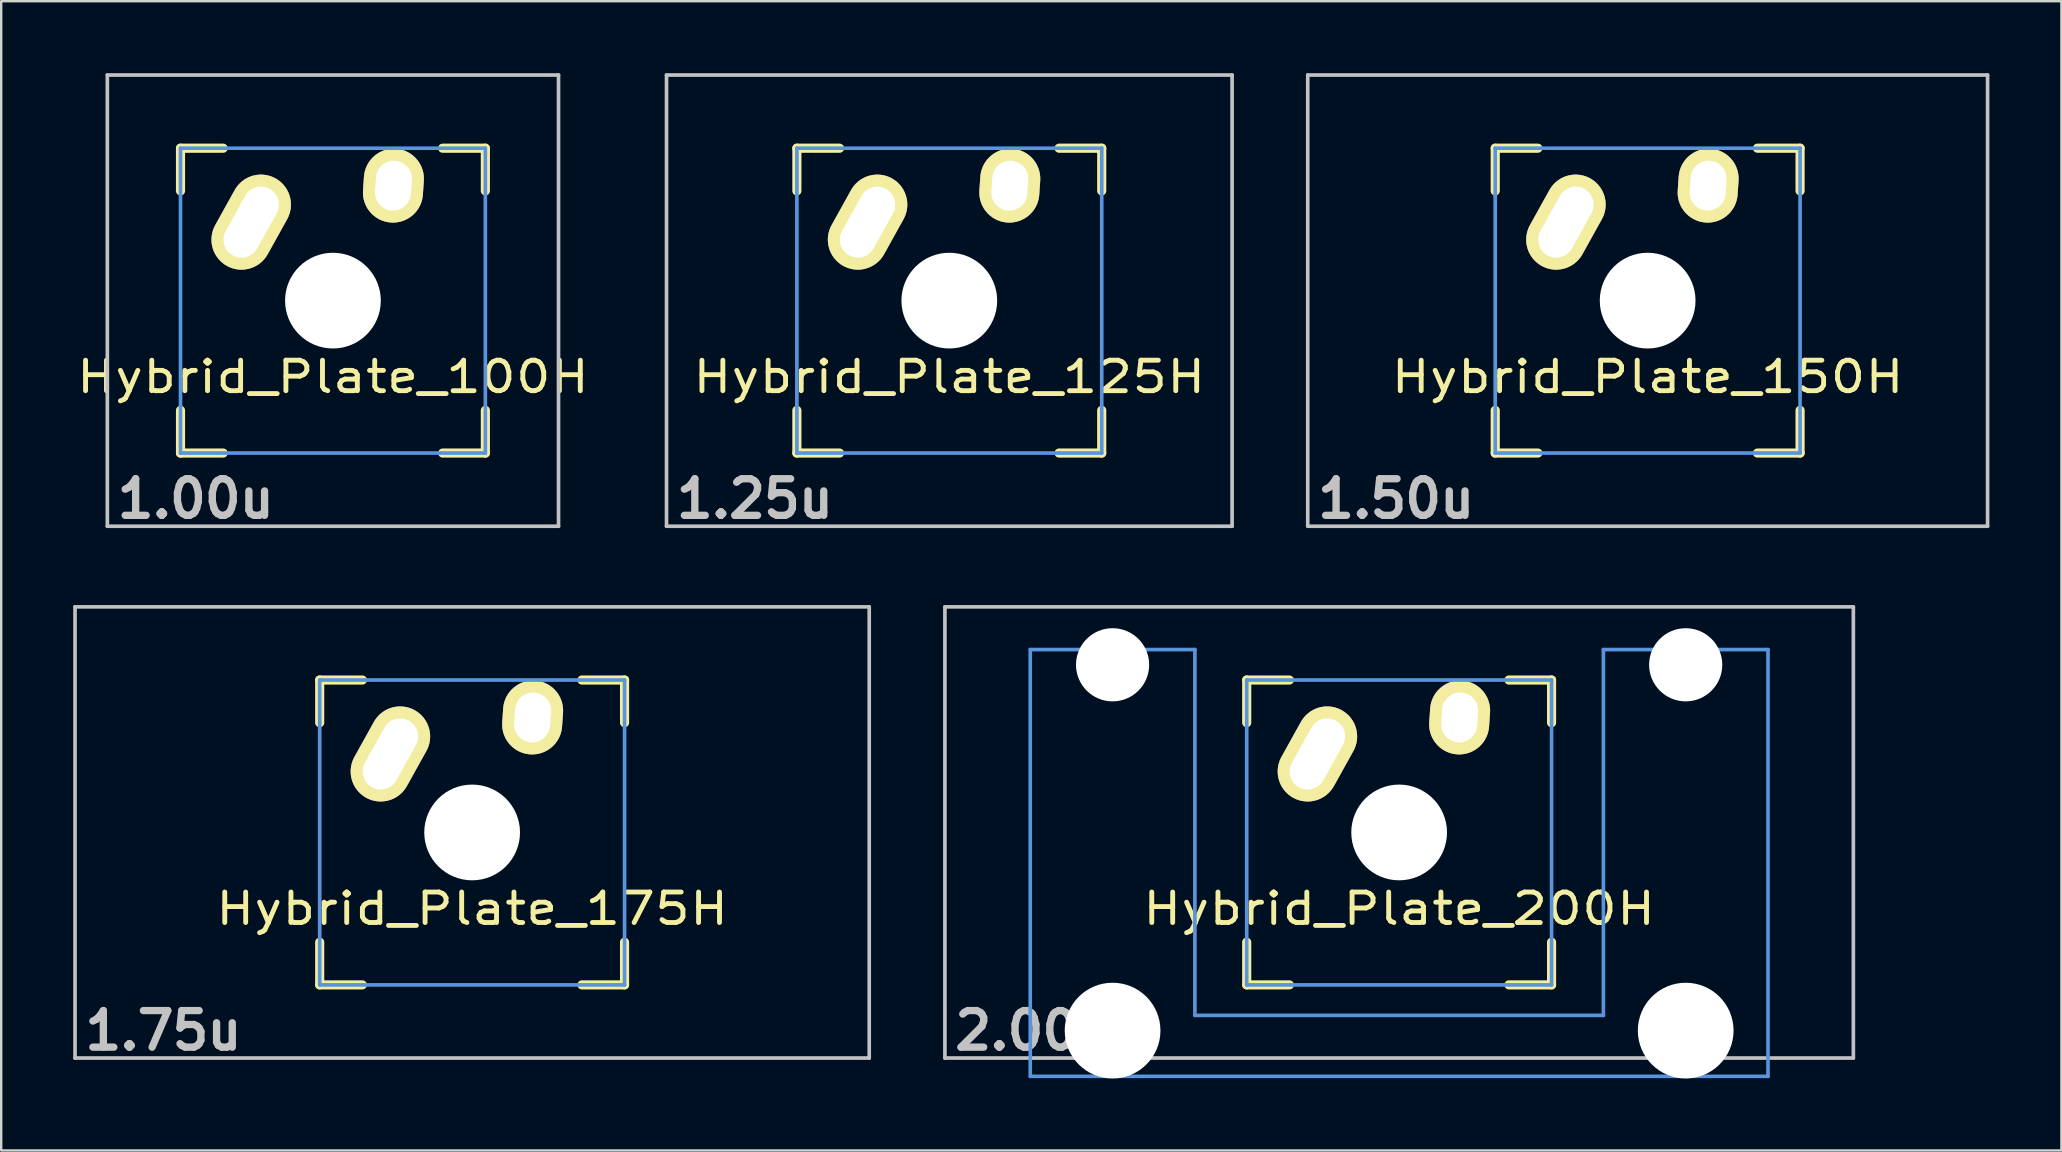
<source format=kicad_pcb>
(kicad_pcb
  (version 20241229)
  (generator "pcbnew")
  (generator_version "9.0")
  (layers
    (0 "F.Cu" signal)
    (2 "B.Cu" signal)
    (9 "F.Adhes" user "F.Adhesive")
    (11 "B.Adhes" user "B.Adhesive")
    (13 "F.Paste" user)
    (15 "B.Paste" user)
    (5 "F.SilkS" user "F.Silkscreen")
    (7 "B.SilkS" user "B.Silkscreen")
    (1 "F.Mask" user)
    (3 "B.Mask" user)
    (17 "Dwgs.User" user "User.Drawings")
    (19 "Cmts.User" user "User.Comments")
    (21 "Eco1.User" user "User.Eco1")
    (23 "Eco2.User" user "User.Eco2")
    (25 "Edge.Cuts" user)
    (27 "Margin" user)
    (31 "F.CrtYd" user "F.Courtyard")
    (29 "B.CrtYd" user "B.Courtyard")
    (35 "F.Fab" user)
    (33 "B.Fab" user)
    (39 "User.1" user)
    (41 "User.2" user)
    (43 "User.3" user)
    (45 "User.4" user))
  (footprint "Hybrid_Plate_200H"
    (layer "F.Cu")
    (at 55.238 31.63)
    (property "Reference" "Hybrid_Plate_200H" (at 0 3.175 0) (layer "F.SilkS") (effects (font (size 1.27 1.524) (thickness 0.203))))
    (attr through_hole)
    (fp_line (start -6.35 -6.35) (end -4.572 -6.35) (stroke (width 0.381) (type solid)) (layer "F.SilkS"))
    (fp_line (start -6.35 -4.572) (end -6.35 -6.35) (stroke (width 0.381) (type solid)) (layer "F.SilkS"))
    (fp_line (start -6.35 6.35) (end -6.35 4.572) (stroke (width 0.381) (type solid)) (layer "F.SilkS"))
    (fp_line (start -4.572 6.35) (end -6.35 6.35) (stroke (width 0.381) (type solid)) (layer "F.SilkS"))
    (fp_line (start 4.572 -6.35) (end 6.35 -6.35) (stroke (width 0.381) (type solid)) (layer "F.SilkS"))
    (fp_line (start 6.35 -6.35) (end 6.35 -4.572) (stroke (width 0.381) (type solid)) (layer "F.SilkS"))
    (fp_line (start 6.35 4.572) (end 6.35 6.35) (stroke (width 0.381) (type solid)) (layer "F.SilkS"))
    (fp_line (start 6.35 6.35) (end 4.572 6.35) (stroke (width 0.381) (type solid)) (layer "F.SilkS"))
    (fp_line (start -18.923 -9.398) (end 18.923 -9.398) (stroke (width 0.152) (type solid)) (layer "Dwgs.User"))
    (fp_line (start -18.923 9.398) (end -18.923 -9.398) (stroke (width 0.152) (type solid)) (layer "Dwgs.User"))
    (fp_line (start 18.923 -9.398) (end 18.923 9.398) (stroke (width 0.152) (type solid)) (layer "Dwgs.User"))
    (fp_line (start 18.923 9.398) (end -18.923 9.398) (stroke (width 0.152) (type solid)) (layer "Dwgs.User"))
    (fp_line (start -15.367 -7.62) (end -15.367 10.16) (stroke (width 0.152) (type solid)) (layer "Cmts.User"))
    (fp_line (start -15.367 10.16) (end 15.367 10.16) (stroke (width 0.152) (type solid)) (layer "Cmts.User"))
    (fp_line (start -8.509 -7.62) (end -15.367 -7.62) (stroke (width 0.152) (type solid)) (layer "Cmts.User"))
    (fp_line (start -8.509 7.62) (end -8.509 -7.62) (stroke (width 0.152) (type solid)) (layer "Cmts.User"))
    (fp_line (start -6.35 -6.35) (end 6.35 -6.35) (stroke (width 0.152) (type solid)) (layer "Cmts.User"))
    (fp_line (start -6.35 6.35) (end -6.35 -6.35) (stroke (width 0.152) (type solid)) (layer "Cmts.User"))
    (fp_line (start 6.35 -6.35) (end 6.35 6.35) (stroke (width 0.152) (type solid)) (layer "Cmts.User"))
    (fp_line (start 6.35 6.35) (end -6.35 6.35) (stroke (width 0.152) (type solid)) (layer "Cmts.User"))
    (fp_line (start 8.509 -7.62) (end 8.509 7.62) (stroke (width 0.152) (type solid)) (layer "Cmts.User"))
    (fp_line (start 8.509 7.62) (end -8.509 7.62) (stroke (width 0.152) (type solid)) (layer "Cmts.User"))
    (fp_line (start 15.367 -7.62) (end 8.509 -7.62) (stroke (width 0.152) (type solid)) (layer "Cmts.User"))
    (fp_line (start 15.367 10.16) (end 15.367 -7.62) (stroke (width 0.152) (type solid)) (layer "Cmts.User"))
    (fp_line (start -16.129 -2.286) (end -15.265 -2.286) (stroke (width 0.152) (type solid)) (layer "Eco2.User"))
    (fp_line (start -16.129 0.508) (end -16.129 -2.286) (stroke (width 0.152) (type solid)) (layer "Eco2.User"))
    (fp_line (start -15.265 -5.69) (end -8.611 -5.69) (stroke (width 0.152) (type solid)) (layer "Eco2.User"))
    (fp_line (start -15.265 -2.286) (end -15.265 -5.69) (stroke (width 0.152) (type solid)) (layer "Eco2.User"))
    (fp_line (start -15.265 0.508) (end -16.129 0.508) (stroke (width 0.152) (type solid)) (layer "Eco2.User"))
    (fp_line (start -15.265 6.604) (end -15.265 0.508) (stroke (width 0.152) (type solid)) (layer "Eco2.User"))
    (fp_line (start -14.224 6.604) (end -15.265 6.604) (stroke (width 0.152) (type solid)) (layer "Eco2.User"))
    (fp_line (start -14.224 7.772) (end -14.224 6.604) (stroke (width 0.152) (type solid)) (layer "Eco2.User"))
    (fp_line (start -9.652 6.604) (end -9.652 7.772) (stroke (width 0.152) (type solid)) (layer "Eco2.User"))
    (fp_line (start -9.652 7.772) (end -14.224 7.772) (stroke (width 0.152) (type solid)) (layer "Eco2.User"))
    (fp_line (start -8.611 -5.69) (end -8.611 -4.877) (stroke (width 0.152) (type solid)) (layer "Eco2.User"))
    (fp_line (start -8.611 -4.877) (end -6.985 -4.877) (stroke (width 0.152) (type solid)) (layer "Eco2.User"))
    (fp_line (start -8.611 5.817) (end -8.611 6.604) (stroke (width 0.152) (type solid)) (layer "Eco2.User"))
    (fp_line (start -8.611 6.604) (end -9.652 6.604) (stroke (width 0.152) (type solid)) (layer "Eco2.User"))
    (fp_line (start -6.985 -6.985) (end 6.985 -6.985) (stroke (width 0.152) (type solid)) (layer "Eco2.User"))
    (fp_line (start -6.985 -4.877) (end -6.985 -6.985) (stroke (width 0.152) (type solid)) (layer "Eco2.User"))
    (fp_line (start -6.985 5.817) (end -8.611 5.817) (stroke (width 0.152) (type solid)) (layer "Eco2.User"))
    (fp_line (start -6.985 6.985) (end -6.985 5.817) (stroke (width 0.152) (type solid)) (layer "Eco2.User"))
    (fp_line (start 6.985 -6.985) (end 6.985 -4.877) (stroke (width 0.152) (type solid)) (layer "Eco2.User"))
    (fp_line (start 6.985 -4.877) (end 8.611 -4.877) (stroke (width 0.152) (type solid)) (layer "Eco2.User"))
    (fp_line (start 6.985 5.817) (end 6.985 6.985) (stroke (width 0.152) (type solid)) (layer "Eco2.User"))
    (fp_line (start 6.985 6.985) (end -6.985 6.985) (stroke (width 0.152) (type solid)) (layer "Eco2.User"))
    (fp_line (start 8.611 -5.69) (end 15.265 -5.69) (stroke (width 0.152) (type solid)) (layer "Eco2.User"))
    (fp_line (start 8.611 -4.877) (end 8.611 -5.69) (stroke (width 0.152) (type solid)) (layer "Eco2.User"))
    (fp_line (start 8.611 5.817) (end 6.985 5.817) (stroke (width 0.152) (type solid)) (layer "Eco2.User"))
    (fp_line (start 8.611 6.604) (end 8.611 5.817) (stroke (width 0.152) (type solid)) (layer "Eco2.User"))
    (fp_line (start 9.652 6.604) (end 8.611 6.604) (stroke (width 0.152) (type solid)) (layer "Eco2.User"))
    (fp_line (start 9.652 7.772) (end 9.652 6.604) (stroke (width 0.152) (type solid)) (layer "Eco2.User"))
    (fp_line (start 14.224 6.604) (end 14.224 7.772) (stroke (width 0.152) (type solid)) (layer "Eco2.User"))
    (fp_line (start 14.224 7.772) (end 9.652 7.772) (stroke (width 0.152) (type solid)) (layer "Eco2.User"))
    (fp_line (start 15.265 -5.69) (end 15.265 -2.286) (stroke (width 0.152) (type solid)) (layer "Eco2.User"))
    (fp_line (start 15.265 -2.286) (end 16.129 -2.286) (stroke (width 0.152) (type solid)) (layer "Eco2.User"))
    (fp_line (start 15.265 0.508) (end 15.265 6.604) (stroke (width 0.152) (type solid)) (layer "Eco2.User"))
    (fp_line (start 15.265 6.604) (end 14.224 6.604) (stroke (width 0.152) (type solid)) (layer "Eco2.User"))
    (fp_line (start 16.129 -2.286) (end 16.129 0.508) (stroke (width 0.152) (type solid)) (layer "Eco2.User"))
    (fp_line (start 16.129 0.508) (end 15.265 0.508) (stroke (width 0.152) (type solid)) (layer "Eco2.User"))
    (fp_text user "2.00u" (at -15.24 8.255 0) (layer "Dwgs.User") (effects (font (size 1.524 1.524) (thickness 0.305))))
    (pad "" np_thru_hole circle (at -11.938 -6.985) (size 3.048 3.048) (drill 3.048) (layers "*.Cu"))
    (pad "" np_thru_hole circle (at -11.938 8.255) (size 3.988 3.988) (drill 3.988) (layers "*.Cu"))
    (pad "" np_thru_hole circle (at 0 0) (size 3.988 3.988) (drill 3.988) (layers "*.Cu"))
    (pad "" np_thru_hole circle (at 11.938 -6.985) (size 3.048 3.048) (drill 3.048) (layers "*.Cu"))
    (pad "" np_thru_hole circle (at 11.938 8.255) (size 3.988 3.988) (drill 3.988) (layers "*.Cu"))
    (pad "1" thru_hole oval (at -3.405 -3.27 330.95) (size 2.5 4.17) (drill oval 1.5 3.17) (layers "*.Cu" "*.Mask" "F.SilkS"))
    (pad "2" thru_hole oval (at 2.52 -4.79 356.1) (size 2.5 3.08) (drill oval 1.5 2.08) (layers "*.Cu" "*.Mask" "F.SilkS")))
  (footprint "Hybrid_Plate_100H"
    (layer "F.Cu")
    (at 10.82 9.474)
    (property "Reference" "Hybrid_Plate_100H" (at 0 3.175 0) (layer "F.SilkS") (effects (font (size 1.27 1.524) (thickness 0.203))))
    (attr through_hole)
    (fp_line (start -6.35 -6.35) (end -4.572 -6.35) (stroke (width 0.381) (type solid)) (layer "F.SilkS"))
    (fp_line (start -6.35 -4.572) (end -6.35 -6.35) (stroke (width 0.381) (type solid)) (layer "F.SilkS"))
    (fp_line (start -6.35 6.35) (end -6.35 4.572) (stroke (width 0.381) (type solid)) (layer "F.SilkS"))
    (fp_line (start -4.572 6.35) (end -6.35 6.35) (stroke (width 0.381) (type solid)) (layer "F.SilkS"))
    (fp_line (start 4.572 -6.35) (end 6.35 -6.35) (stroke (width 0.381) (type solid)) (layer "F.SilkS"))
    (fp_line (start 6.35 -6.35) (end 6.35 -4.572) (stroke (width 0.381) (type solid)) (layer "F.SilkS"))
    (fp_line (start 6.35 4.572) (end 6.35 6.35) (stroke (width 0.381) (type solid)) (layer "F.SilkS"))
    (fp_line (start 6.35 6.35) (end 4.572 6.35) (stroke (width 0.381) (type solid)) (layer "F.SilkS"))
    (fp_line (start -9.398 -9.398) (end 9.398 -9.398) (stroke (width 0.152) (type solid)) (layer "Dwgs.User"))
    (fp_line (start -9.398 9.398) (end -9.398 -9.398) (stroke (width 0.152) (type solid)) (layer "Dwgs.User"))
    (fp_line (start 9.398 -9.398) (end 9.398 9.398) (stroke (width 0.152) (type solid)) (layer "Dwgs.User"))
    (fp_line (start 9.398 9.398) (end -9.398 9.398) (stroke (width 0.152) (type solid)) (layer "Dwgs.User"))
    (fp_line (start -6.35 -6.35) (end 6.35 -6.35) (stroke (width 0.152) (type solid)) (layer "Cmts.User"))
    (fp_line (start -6.35 6.35) (end -6.35 -6.35) (stroke (width 0.152) (type solid)) (layer "Cmts.User"))
    (fp_line (start 6.35 -6.35) (end 6.35 6.35) (stroke (width 0.152) (type solid)) (layer "Cmts.User"))
    (fp_line (start 6.35 6.35) (end -6.35 6.35) (stroke (width 0.152) (type solid)) (layer "Cmts.User"))
    (fp_line (start -6.985 -6.985) (end 6.985 -6.985) (stroke (width 0.152) (type solid)) (layer "Eco2.User"))
    (fp_line (start -6.985 6.985) (end -6.985 -6.985) (stroke (width 0.152) (type solid)) (layer "Eco2.User"))
    (fp_line (start 6.985 -6.985) (end 6.985 6.985) (stroke (width 0.152) (type solid)) (layer "Eco2.User"))
    (fp_line (start 6.985 6.985) (end -6.985 6.985) (stroke (width 0.152) (type solid)) (layer "Eco2.User"))
    (fp_text user "1.00u" (at -5.715 8.255 0) (layer "Dwgs.User") (effects (font (size 1.524 1.524) (thickness 0.305))))
    (pad "" np_thru_hole circle (at 0 0) (size 3.988 3.988) (drill 3.988) (layers "*.Cu"))
    (pad "1" thru_hole oval (at -3.405 -3.27 330.95) (size 2.5 4.17) (drill oval 1.5 3.17) (layers "*.Cu" "*.Mask" "F.SilkS"))
    (pad "2" thru_hole oval (at 2.52 -4.79 356.1) (size 2.5 3.08) (drill oval 1.5 2.08) (layers "*.Cu" "*.Mask" "F.SilkS")))
  (footprint "Hybrid_Plate_150H"
    (layer "F.Cu")
    (at 65.591 9.474)
    (property "Reference" "Hybrid_Plate_150H" (at 0 3.175 0) (layer "F.SilkS") (effects (font (size 1.27 1.524) (thickness 0.203))))
    (attr through_hole)
    (fp_line (start -6.35 -6.35) (end -4.572 -6.35) (stroke (width 0.381) (type solid)) (layer "F.SilkS"))
    (fp_line (start -6.35 -4.572) (end -6.35 -6.35) (stroke (width 0.381) (type solid)) (layer "F.SilkS"))
    (fp_line (start -6.35 6.35) (end -6.35 4.572) (stroke (width 0.381) (type solid)) (layer "F.SilkS"))
    (fp_line (start -4.572 6.35) (end -6.35 6.35) (stroke (width 0.381) (type solid)) (layer "F.SilkS"))
    (fp_line (start 4.572 -6.35) (end 6.35 -6.35) (stroke (width 0.381) (type solid)) (layer "F.SilkS"))
    (fp_line (start 6.35 -6.35) (end 6.35 -4.572) (stroke (width 0.381) (type solid)) (layer "F.SilkS"))
    (fp_line (start 6.35 4.572) (end 6.35 6.35) (stroke (width 0.381) (type solid)) (layer "F.SilkS"))
    (fp_line (start 6.35 6.35) (end 4.572 6.35) (stroke (width 0.381) (type solid)) (layer "F.SilkS"))
    (fp_line (start -14.161 -9.398) (end 14.161 -9.398) (stroke (width 0.152) (type solid)) (layer "Dwgs.User"))
    (fp_line (start -14.161 9.398) (end -14.161 -9.398) (stroke (width 0.152) (type solid)) (layer "Dwgs.User"))
    (fp_line (start 14.161 -9.398) (end 14.161 9.398) (stroke (width 0.152) (type solid)) (layer "Dwgs.User"))
    (fp_line (start 14.161 9.398) (end -14.161 9.398) (stroke (width 0.152) (type solid)) (layer "Dwgs.User"))
    (fp_line (start -6.35 -6.35) (end 6.35 -6.35) (stroke (width 0.152) (type solid)) (layer "Cmts.User"))
    (fp_line (start -6.35 6.35) (end -6.35 -6.35) (stroke (width 0.152) (type solid)) (layer "Cmts.User"))
    (fp_line (start 6.35 -6.35) (end 6.35 6.35) (stroke (width 0.152) (type solid)) (layer "Cmts.User"))
    (fp_line (start 6.35 6.35) (end -6.35 6.35) (stroke (width 0.152) (type solid)) (layer "Cmts.User"))
    (fp_line (start -6.985 -6.985) (end 6.985 -6.985) (stroke (width 0.152) (type solid)) (layer "Eco2.User"))
    (fp_line (start -6.985 6.985) (end -6.985 -6.985) (stroke (width 0.152) (type solid)) (layer "Eco2.User"))
    (fp_line (start 6.985 -6.985) (end 6.985 6.985) (stroke (width 0.152) (type solid)) (layer "Eco2.User"))
    (fp_line (start 6.985 6.985) (end -6.985 6.985) (stroke (width 0.152) (type solid)) (layer "Eco2.User"))
    (fp_text user "1.50u" (at -10.477 8.255 0) (layer "Dwgs.User") (effects (font (size 1.524 1.524) (thickness 0.305))))
    (pad "" np_thru_hole circle (at 0 0) (size 3.988 3.988) (drill 3.988) (layers "*.Cu"))
    (pad "1" thru_hole oval (at -3.405 -3.27 330.95) (size 2.5 4.17) (drill oval 1.5 3.17) (layers "*.Cu" "*.Mask" "F.SilkS"))
    (pad "2" thru_hole oval (at 2.52 -4.79 356.1) (size 2.5 3.08) (drill oval 1.5 2.08) (layers "*.Cu" "*.Mask" "F.SilkS")))
  (footprint "Hybrid_Plate_175H"
    (layer "F.Cu")
    (at 16.619 31.63)
    (property "Reference" "Hybrid_Plate_175H" (at 0 3.175 0) (layer "F.SilkS") (effects (font (size 1.27 1.524) (thickness 0.203))))
    (attr through_hole)
    (fp_line (start -6.35 -6.35) (end -4.572 -6.35) (stroke (width 0.381) (type solid)) (layer "F.SilkS"))
    (fp_line (start -6.35 -4.572) (end -6.35 -6.35) (stroke (width 0.381) (type solid)) (layer "F.SilkS"))
    (fp_line (start -6.35 6.35) (end -6.35 4.572) (stroke (width 0.381) (type solid)) (layer "F.SilkS"))
    (fp_line (start -4.572 6.35) (end -6.35 6.35) (stroke (width 0.381) (type solid)) (layer "F.SilkS"))
    (fp_line (start 4.572 -6.35) (end 6.35 -6.35) (stroke (width 0.381) (type solid)) (layer "F.SilkS"))
    (fp_line (start 6.35 -6.35) (end 6.35 -4.572) (stroke (width 0.381) (type solid)) (layer "F.SilkS"))
    (fp_line (start 6.35 4.572) (end 6.35 6.35) (stroke (width 0.381) (type solid)) (layer "F.SilkS"))
    (fp_line (start 6.35 6.35) (end 4.572 6.35) (stroke (width 0.381) (type solid)) (layer "F.SilkS"))
    (fp_line (start -16.543 -9.398) (end 16.543 -9.398) (stroke (width 0.152) (type solid)) (layer "Dwgs.User"))
    (fp_line (start -16.543 9.398) (end -16.543 -9.398) (stroke (width 0.152) (type solid)) (layer "Dwgs.User"))
    (fp_line (start 16.543 -9.398) (end 16.543 9.398) (stroke (width 0.152) (type solid)) (layer "Dwgs.User"))
    (fp_line (start 16.543 9.398) (end -16.543 9.398) (stroke (width 0.152) (type solid)) (layer "Dwgs.User"))
    (fp_line (start -6.35 -6.35) (end 6.35 -6.35) (stroke (width 0.152) (type solid)) (layer "Cmts.User"))
    (fp_line (start -6.35 6.35) (end -6.35 -6.35) (stroke (width 0.152) (type solid)) (layer "Cmts.User"))
    (fp_line (start 6.35 -6.35) (end 6.35 6.35) (stroke (width 0.152) (type solid)) (layer "Cmts.User"))
    (fp_line (start 6.35 6.35) (end -6.35 6.35) (stroke (width 0.152) (type solid)) (layer "Cmts.User"))
    (fp_line (start -6.985 -6.985) (end 6.985 -6.985) (stroke (width 0.152) (type solid)) (layer "Eco2.User"))
    (fp_line (start -6.985 6.985) (end -6.985 -6.985) (stroke (width 0.152) (type solid)) (layer "Eco2.User"))
    (fp_line (start 6.985 -6.985) (end 6.985 6.985) (stroke (width 0.152) (type solid)) (layer "Eco2.User"))
    (fp_line (start 6.985 6.985) (end -6.985 6.985) (stroke (width 0.152) (type solid)) (layer "Eco2.User"))
    (fp_text user "1.75u" (at -12.86 8.255 0) (layer "Dwgs.User") (effects (font (size 1.524 1.524) (thickness 0.305))))
    (pad "" np_thru_hole circle (at 0 0) (size 3.988 3.988) (drill 3.988) (layers "*.Cu"))
    (pad "1" thru_hole oval (at -3.405 -3.27 330.95) (size 2.5 4.17) (drill oval 1.5 3.17) (layers "*.Cu" "*.Mask" "F.SilkS"))
    (pad "2" thru_hole oval (at 2.52 -4.79 356.1) (size 2.5 3.08) (drill oval 1.5 2.08) (layers "*.Cu" "*.Mask" "F.SilkS")))
  (footprint "Hybrid_Plate_125H"
    (layer "F.Cu")
    (at 36.498 9.474)
    (property "Reference" "Hybrid_Plate_125H" (at 0 3.175 0) (layer "F.SilkS") (effects (font (size 1.27 1.524) (thickness 0.203))))
    (attr through_hole)
    (fp_line (start -6.35 -6.35) (end -4.572 -6.35) (stroke (width 0.381) (type solid)) (layer "F.SilkS"))
    (fp_line (start -6.35 -4.572) (end -6.35 -6.35) (stroke (width 0.381) (type solid)) (layer "F.SilkS"))
    (fp_line (start -6.35 6.35) (end -6.35 4.572) (stroke (width 0.381) (type solid)) (layer "F.SilkS"))
    (fp_line (start -4.572 6.35) (end -6.35 6.35) (stroke (width 0.381) (type solid)) (layer "F.SilkS"))
    (fp_line (start 4.572 -6.35) (end 6.35 -6.35) (stroke (width 0.381) (type solid)) (layer "F.SilkS"))
    (fp_line (start 6.35 -6.35) (end 6.35 -4.572) (stroke (width 0.381) (type solid)) (layer "F.SilkS"))
    (fp_line (start 6.35 4.572) (end 6.35 6.35) (stroke (width 0.381) (type solid)) (layer "F.SilkS"))
    (fp_line (start 6.35 6.35) (end 4.572 6.35) (stroke (width 0.381) (type solid)) (layer "F.SilkS"))
    (fp_line (start -11.781 -9.398) (end 11.781 -9.398) (stroke (width 0.152) (type solid)) (layer "Dwgs.User"))
    (fp_line (start -11.781 9.398) (end -11.781 -9.398) (stroke (width 0.152) (type solid)) (layer "Dwgs.User"))
    (fp_line (start 11.781 -9.398) (end 11.781 9.398) (stroke (width 0.152) (type solid)) (layer "Dwgs.User"))
    (fp_line (start 11.781 9.398) (end -11.781 9.398) (stroke (width 0.152) (type solid)) (layer "Dwgs.User"))
    (fp_line (start -6.35 -6.35) (end 6.35 -6.35) (stroke (width 0.152) (type solid)) (layer "Cmts.User"))
    (fp_line (start -6.35 6.35) (end -6.35 -6.35) (stroke (width 0.152) (type solid)) (layer "Cmts.User"))
    (fp_line (start 6.35 -6.35) (end 6.35 6.35) (stroke (width 0.152) (type solid)) (layer "Cmts.User"))
    (fp_line (start 6.35 6.35) (end -6.35 6.35) (stroke (width 0.152) (type solid)) (layer "Cmts.User"))
    (fp_line (start -6.985 -6.985) (end 6.985 -6.985) (stroke (width 0.152) (type solid)) (layer "Eco2.User"))
    (fp_line (start -6.985 6.985) (end -6.985 -6.985) (stroke (width 0.152) (type solid)) (layer "Eco2.User"))
    (fp_line (start 6.985 -6.985) (end 6.985 6.985) (stroke (width 0.152) (type solid)) (layer "Eco2.User"))
    (fp_line (start 6.985 6.985) (end -6.985 6.985) (stroke (width 0.152) (type solid)) (layer "Eco2.User"))
    (fp_text user "1.25u" (at -8.098 8.255 0) (layer "Dwgs.User") (effects (font (size 1.524 1.524) (thickness 0.305))))
    (pad "" np_thru_hole circle (at 0 0) (size 3.988 3.988) (drill 3.988) (layers "*.Cu"))
    (pad "1" thru_hole oval (at -3.405 -3.27 330.95) (size 2.5 4.17) (drill oval 1.5 3.17) (layers "*.Cu" "*.Mask" "F.SilkS"))
    (pad "2" thru_hole oval (at 2.52 -4.79 356.1) (size 2.5 3.08) (drill oval 1.5 2.08) (layers "*.Cu" "*.Mask" "F.SilkS")))
  (gr_rect
    (start -3 -3)
    (end 82.828 44.879)
    (stroke (width 0.1) (type default))
    (fill no)
    (layer "Edge.Cuts")))
</source>
